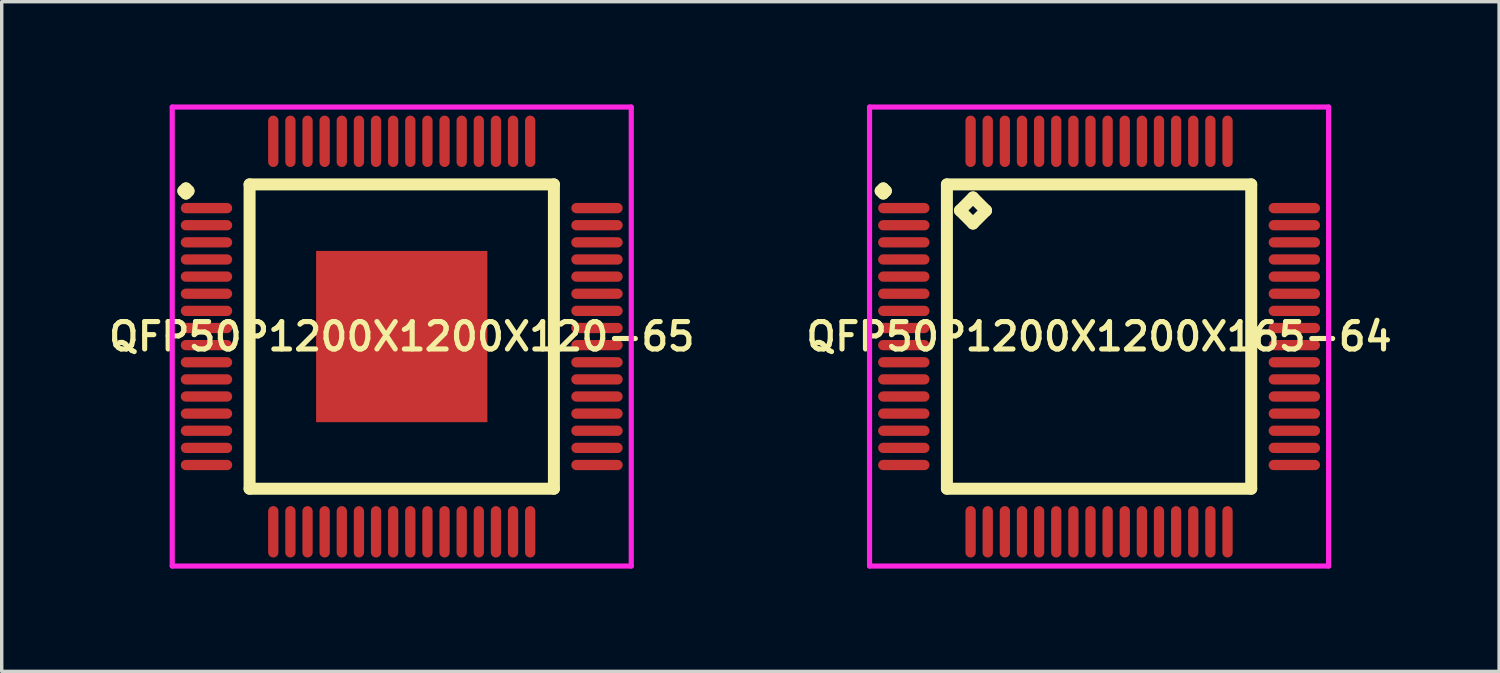
<source format=kicad_pcb>
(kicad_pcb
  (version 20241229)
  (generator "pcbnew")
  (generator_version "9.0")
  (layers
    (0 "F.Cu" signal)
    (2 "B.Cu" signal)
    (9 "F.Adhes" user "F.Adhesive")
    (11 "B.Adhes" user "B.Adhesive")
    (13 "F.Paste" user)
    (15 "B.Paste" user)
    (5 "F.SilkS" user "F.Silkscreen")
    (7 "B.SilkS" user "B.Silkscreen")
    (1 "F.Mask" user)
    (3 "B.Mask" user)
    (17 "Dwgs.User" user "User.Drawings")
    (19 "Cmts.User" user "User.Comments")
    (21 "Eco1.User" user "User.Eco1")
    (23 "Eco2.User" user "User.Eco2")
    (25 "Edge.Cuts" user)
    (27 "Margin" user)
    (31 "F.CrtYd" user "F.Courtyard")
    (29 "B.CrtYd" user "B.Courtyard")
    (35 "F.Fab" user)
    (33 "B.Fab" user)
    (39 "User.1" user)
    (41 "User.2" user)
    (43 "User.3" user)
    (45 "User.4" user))
  (footprint "QFP50P1200X1200X165-64"
    (layer "F.Cu")
    (at 29.035 6.775)
    (property "Reference" "QFP50P1200X1200X165-64" (at 0 0 0) (layer "F.SilkS") (effects (font (size 0.8 0.8) (thickness 0.15))))
    (attr smd)
    (fp_line (start -6.375 -4.25) (end -6.3 -4.325) (stroke (width 0.35) (type solid)) (layer "F.SilkS"))
    (fp_line (start -6.3 -4.325) (end -6.225 -4.25) (stroke (width 0.35) (type solid)) (layer "F.SilkS"))
    (fp_line (start -6.3 -4.175) (end -6.375 -4.25) (stroke (width 0.35) (type solid)) (layer "F.SilkS"))
    (fp_line (start -6.225 -4.25) (end -6.3 -4.175) (stroke (width 0.35) (type solid)) (layer "F.SilkS"))
    (fp_line (start -4.442 -4.442) (end -4.442 4.442) (stroke (width 0.35) (type solid)) (layer "F.SilkS"))
    (fp_line (start -4.442 4.442) (end 4.442 4.442) (stroke (width 0.35) (type solid)) (layer "F.SilkS"))
    (fp_line (start -4.061 -3.68) (end -3.68 -4.061) (stroke (width 0.35) (type solid)) (layer "F.SilkS"))
    (fp_line (start -3.68 -4.061) (end -3.299 -3.68) (stroke (width 0.35) (type solid)) (layer "F.SilkS"))
    (fp_line (start -3.68 -3.299) (end -4.061 -3.68) (stroke (width 0.35) (type solid)) (layer "F.SilkS"))
    (fp_line (start -3.299 -3.68) (end -3.68 -3.299) (stroke (width 0.35) (type solid)) (layer "F.SilkS"))
    (fp_line (start 4.442 -4.442) (end -4.442 -4.442) (stroke (width 0.35) (type solid)) (layer "F.SilkS"))
    (fp_line (start 4.442 4.442) (end 4.442 -4.442) (stroke (width 0.35) (type solid)) (layer "F.SilkS"))
    (fp_line (start -6.7 -6.7) (end 6.7 -6.7) (stroke (width 0.15) (type solid)) (layer "F.CrtYd"))
    (fp_line (start -6.7 6.7) (end -6.7 -6.7) (stroke (width 0.15) (type solid)) (layer "F.CrtYd"))
    (fp_line (start 6.7 -6.7) (end 6.7 6.7) (stroke (width 0.15) (type solid)) (layer "F.CrtYd"))
    (fp_line (start 6.7 6.7) (end -6.7 6.7) (stroke (width 0.15) (type solid)) (layer "F.CrtYd"))
    (pad "1" smd oval (at -5.7 -3.75) (size 1.5 0.3) (layers "F.Cu" "F.Mask" "F.Paste"))
    (pad "2" smd oval (at -5.7 -3.25) (size 1.5 0.3) (layers "F.Cu" "F.Mask" "F.Paste"))
    (pad "3" smd oval (at -5.7 -2.75) (size 1.5 0.3) (layers "F.Cu" "F.Mask" "F.Paste"))
    (pad "4" smd oval (at -5.7 -2.25) (size 1.5 0.3) (layers "F.Cu" "F.Mask" "F.Paste"))
    (pad "5" smd oval (at -5.7 -1.75) (size 1.5 0.3) (layers "F.Cu" "F.Mask" "F.Paste"))
    (pad "6" smd oval (at -5.7 -1.25) (size 1.5 0.3) (layers "F.Cu" "F.Mask" "F.Paste"))
    (pad "7" smd oval (at -5.7 -0.75) (size 1.5 0.3) (layers "F.Cu" "F.Mask" "F.Paste"))
    (pad "8" smd oval (at -5.7 -0.25) (size 1.5 0.3) (layers "F.Cu" "F.Mask" "F.Paste"))
    (pad "9" smd oval (at -5.7 0.25) (size 1.5 0.3) (layers "F.Cu" "F.Mask" "F.Paste"))
    (pad "10" smd oval (at -5.7 0.75) (size 1.5 0.3) (layers "F.Cu" "F.Mask" "F.Paste"))
    (pad "11" smd oval (at -5.7 1.25) (size 1.5 0.3) (layers "F.Cu" "F.Mask" "F.Paste"))
    (pad "12" smd oval (at -5.7 1.75) (size 1.5 0.3) (layers "F.Cu" "F.Mask" "F.Paste"))
    (pad "13" smd oval (at -5.7 2.25) (size 1.5 0.3) (layers "F.Cu" "F.Mask" "F.Paste"))
    (pad "14" smd oval (at -5.7 2.75) (size 1.5 0.3) (layers "F.Cu" "F.Mask" "F.Paste"))
    (pad "15" smd oval (at -5.7 3.25) (size 1.5 0.3) (layers "F.Cu" "F.Mask" "F.Paste"))
    (pad "16" smd oval (at -5.7 3.75) (size 1.5 0.3) (layers "F.Cu" "F.Mask" "F.Paste"))
    (pad "17" smd oval (at -3.75 5.7) (size 0.3 1.5) (layers "F.Cu" "F.Mask" "F.Paste"))
    (pad "18" smd oval (at -3.25 5.7) (size 0.3 1.5) (layers "F.Cu" "F.Mask" "F.Paste"))
    (pad "19" smd oval (at -2.75 5.7) (size 0.3 1.5) (layers "F.Cu" "F.Mask" "F.Paste"))
    (pad "20" smd oval (at -2.25 5.7) (size 0.3 1.5) (layers "F.Cu" "F.Mask" "F.Paste"))
    (pad "21" smd oval (at -1.75 5.7) (size 0.3 1.5) (layers "F.Cu" "F.Mask" "F.Paste"))
    (pad "22" smd oval (at -1.25 5.7) (size 0.3 1.5) (layers "F.Cu" "F.Mask" "F.Paste"))
    (pad "23" smd oval (at -0.75 5.7) (size 0.3 1.5) (layers "F.Cu" "F.Mask" "F.Paste"))
    (pad "24" smd oval (at -0.25 5.7) (size 0.3 1.5) (layers "F.Cu" "F.Mask" "F.Paste"))
    (pad "25" smd oval (at 0.25 5.7) (size 0.3 1.5) (layers "F.Cu" "F.Mask" "F.Paste"))
    (pad "26" smd oval (at 0.75 5.7) (size 0.3 1.5) (layers "F.Cu" "F.Mask" "F.Paste"))
    (pad "27" smd oval (at 1.25 5.7) (size 0.3 1.5) (layers "F.Cu" "F.Mask" "F.Paste"))
    (pad "28" smd oval (at 1.75 5.7) (size 0.3 1.5) (layers "F.Cu" "F.Mask" "F.Paste"))
    (pad "29" smd oval (at 2.25 5.7) (size 0.3 1.5) (layers "F.Cu" "F.Mask" "F.Paste"))
    (pad "30" smd oval (at 2.75 5.7) (size 0.3 1.5) (layers "F.Cu" "F.Mask" "F.Paste"))
    (pad "31" smd oval (at 3.25 5.7) (size 0.3 1.5) (layers "F.Cu" "F.Mask" "F.Paste"))
    (pad "32" smd oval (at 3.75 5.7) (size 0.3 1.5) (layers "F.Cu" "F.Mask" "F.Paste"))
    (pad "33" smd oval (at 5.7 3.75) (size 1.5 0.3) (layers "F.Cu" "F.Mask" "F.Paste"))
    (pad "34" smd oval (at 5.7 3.25) (size 1.5 0.3) (layers "F.Cu" "F.Mask" "F.Paste"))
    (pad "35" smd oval (at 5.7 2.75) (size 1.5 0.3) (layers "F.Cu" "F.Mask" "F.Paste"))
    (pad "36" smd oval (at 5.7 2.25) (size 1.5 0.3) (layers "F.Cu" "F.Mask" "F.Paste"))
    (pad "37" smd oval (at 5.7 1.75) (size 1.5 0.3) (layers "F.Cu" "F.Mask" "F.Paste"))
    (pad "38" smd oval (at 5.7 1.25) (size 1.5 0.3) (layers "F.Cu" "F.Mask" "F.Paste"))
    (pad "39" smd oval (at 5.7 0.75) (size 1.5 0.3) (layers "F.Cu" "F.Mask" "F.Paste"))
    (pad "40" smd oval (at 5.7 0.25) (size 1.5 0.3) (layers "F.Cu" "F.Mask" "F.Paste"))
    (pad "41" smd oval (at 5.7 -0.25) (size 1.5 0.3) (layers "F.Cu" "F.Mask" "F.Paste"))
    (pad "42" smd oval (at 5.7 -0.75) (size 1.5 0.3) (layers "F.Cu" "F.Mask" "F.Paste"))
    (pad "43" smd oval (at 5.7 -1.25) (size 1.5 0.3) (layers "F.Cu" "F.Mask" "F.Paste"))
    (pad "44" smd oval (at 5.7 -1.75) (size 1.5 0.3) (layers "F.Cu" "F.Mask" "F.Paste"))
    (pad "45" smd oval (at 5.7 -2.25) (size 1.5 0.3) (layers "F.Cu" "F.Mask" "F.Paste"))
    (pad "46" smd oval (at 5.7 -2.75) (size 1.5 0.3) (layers "F.Cu" "F.Mask" "F.Paste"))
    (pad "47" smd oval (at 5.7 -3.25) (size 1.5 0.3) (layers "F.Cu" "F.Mask" "F.Paste"))
    (pad "48" smd oval (at 5.7 -3.75) (size 1.5 0.3) (layers "F.Cu" "F.Mask" "F.Paste"))
    (pad "49" smd oval (at 3.75 -5.7) (size 0.3 1.5) (layers "F.Cu" "F.Mask" "F.Paste"))
    (pad "50" smd oval (at 3.25 -5.7) (size 0.3 1.5) (layers "F.Cu" "F.Mask" "F.Paste"))
    (pad "51" smd oval (at 2.75 -5.7) (size 0.3 1.5) (layers "F.Cu" "F.Mask" "F.Paste"))
    (pad "52" smd oval (at 2.25 -5.7) (size 0.3 1.5) (layers "F.Cu" "F.Mask" "F.Paste"))
    (pad "53" smd oval (at 1.75 -5.7) (size 0.3 1.5) (layers "F.Cu" "F.Mask" "F.Paste"))
    (pad "54" smd oval (at 1.25 -5.7) (size 0.3 1.5) (layers "F.Cu" "F.Mask" "F.Paste"))
    (pad "55" smd oval (at 0.75 -5.7) (size 0.3 1.5) (layers "F.Cu" "F.Mask" "F.Paste"))
    (pad "56" smd oval (at 0.25 -5.7) (size 0.3 1.5) (layers "F.Cu" "F.Mask" "F.Paste"))
    (pad "57" smd oval (at -0.25 -5.7) (size 0.3 1.5) (layers "F.Cu" "F.Mask" "F.Paste"))
    (pad "58" smd oval (at -0.75 -5.7) (size 0.3 1.5) (layers "F.Cu" "F.Mask" "F.Paste"))
    (pad "59" smd oval (at -1.25 -5.7) (size 0.3 1.5) (layers "F.Cu" "F.Mask" "F.Paste"))
    (pad "60" smd oval (at -1.75 -5.7) (size 0.3 1.5) (layers "F.Cu" "F.Mask" "F.Paste"))
    (pad "61" smd oval (at -2.25 -5.7) (size 0.3 1.5) (layers "F.Cu" "F.Mask" "F.Paste"))
    (pad "62" smd oval (at -2.75 -5.7) (size 0.3 1.5) (layers "F.Cu" "F.Mask" "F.Paste"))
    (pad "63" smd oval (at -3.25 -5.7) (size 0.3 1.5) (layers "F.Cu" "F.Mask" "F.Paste"))
    (pad "64" smd oval (at -3.75 -5.7) (size 0.3 1.5) (layers "F.Cu" "F.Mask" "F.Paste")))
  (footprint "QFP50P1200X1200X120-65"
    (layer "F.Cu")
    (at 8.678 6.775)
    (property "Reference" "QFP50P1200X1200X120-65" (at 0 0 0) (layer "F.SilkS") (effects (font (size 0.8 0.8) (thickness 0.15))))
    (attr smd)
    (fp_line (start -6.375 -4.25) (end -6.3 -4.325) (stroke (width 0.35) (type solid)) (layer "F.SilkS"))
    (fp_line (start -6.3 -4.325) (end -6.225 -4.25) (stroke (width 0.35) (type solid)) (layer "F.SilkS"))
    (fp_line (start -6.3 -4.175) (end -6.375 -4.25) (stroke (width 0.35) (type solid)) (layer "F.SilkS"))
    (fp_line (start -6.225 -4.25) (end -6.3 -4.175) (stroke (width 0.35) (type solid)) (layer "F.SilkS"))
    (fp_line (start -4.442 -4.442) (end -4.442 4.442) (stroke (width 0.35) (type solid)) (layer "F.SilkS"))
    (fp_line (start -4.442 4.442) (end 4.442 4.442) (stroke (width 0.35) (type solid)) (layer "F.SilkS"))
    (fp_line (start 4.442 -4.442) (end -4.442 -4.442) (stroke (width 0.35) (type solid)) (layer "F.SilkS"))
    (fp_line (start 4.442 4.442) (end 4.442 -4.442) (stroke (width 0.35) (type solid)) (layer "F.SilkS"))
    (fp_line (start -6.7 -6.7) (end 6.7 -6.7) (stroke (width 0.15) (type solid)) (layer "F.CrtYd"))
    (fp_line (start -6.7 6.7) (end -6.7 -6.7) (stroke (width 0.15) (type solid)) (layer "F.CrtYd"))
    (fp_line (start 6.7 -6.7) (end 6.7 6.7) (stroke (width 0.15) (type solid)) (layer "F.CrtYd"))
    (fp_line (start 6.7 6.7) (end -6.7 6.7) (stroke (width 0.15) (type solid)) (layer "F.CrtYd"))
    (pad "1" smd oval (at -5.7 -3.75) (size 1.5 0.3) (layers "F.Cu" "F.Mask" "F.Paste"))
    (pad "2" smd oval (at -5.7 -3.25) (size 1.5 0.3) (layers "F.Cu" "F.Mask" "F.Paste"))
    (pad "3" smd oval (at -5.7 -2.75) (size 1.5 0.3) (layers "F.Cu" "F.Mask" "F.Paste"))
    (pad "4" smd oval (at -5.7 -2.25) (size 1.5 0.3) (layers "F.Cu" "F.Mask" "F.Paste"))
    (pad "5" smd oval (at -5.7 -1.75) (size 1.5 0.3) (layers "F.Cu" "F.Mask" "F.Paste"))
    (pad "6" smd oval (at -5.7 -1.25) (size 1.5 0.3) (layers "F.Cu" "F.Mask" "F.Paste"))
    (pad "7" smd oval (at -5.7 -0.75) (size 1.5 0.3) (layers "F.Cu" "F.Mask" "F.Paste"))
    (pad "8" smd oval (at -5.7 -0.25) (size 1.5 0.3) (layers "F.Cu" "F.Mask" "F.Paste"))
    (pad "9" smd oval (at -5.7 0.25) (size 1.5 0.3) (layers "F.Cu" "F.Mask" "F.Paste"))
    (pad "10" smd oval (at -5.7 0.75) (size 1.5 0.3) (layers "F.Cu" "F.Mask" "F.Paste"))
    (pad "11" smd oval (at -5.7 1.25) (size 1.5 0.3) (layers "F.Cu" "F.Mask" "F.Paste"))
    (pad "12" smd oval (at -5.7 1.75) (size 1.5 0.3) (layers "F.Cu" "F.Mask" "F.Paste"))
    (pad "13" smd oval (at -5.7 2.25) (size 1.5 0.3) (layers "F.Cu" "F.Mask" "F.Paste"))
    (pad "14" smd oval (at -5.7 2.75) (size 1.5 0.3) (layers "F.Cu" "F.Mask" "F.Paste"))
    (pad "15" smd oval (at -5.7 3.25) (size 1.5 0.3) (layers "F.Cu" "F.Mask" "F.Paste"))
    (pad "16" smd oval (at -5.7 3.75) (size 1.5 0.3) (layers "F.Cu" "F.Mask" "F.Paste"))
    (pad "17" smd oval (at -3.75 5.7) (size 0.3 1.5) (layers "F.Cu" "F.Mask" "F.Paste"))
    (pad "18" smd oval (at -3.25 5.7) (size 0.3 1.5) (layers "F.Cu" "F.Mask" "F.Paste"))
    (pad "19" smd oval (at -2.75 5.7) (size 0.3 1.5) (layers "F.Cu" "F.Mask" "F.Paste"))
    (pad "20" smd oval (at -2.25 5.7) (size 0.3 1.5) (layers "F.Cu" "F.Mask" "F.Paste"))
    (pad "21" smd oval (at -1.75 5.7) (size 0.3 1.5) (layers "F.Cu" "F.Mask" "F.Paste"))
    (pad "22" smd oval (at -1.25 5.7) (size 0.3 1.5) (layers "F.Cu" "F.Mask" "F.Paste"))
    (pad "23" smd oval (at -0.75 5.7) (size 0.3 1.5) (layers "F.Cu" "F.Mask" "F.Paste"))
    (pad "24" smd oval (at -0.25 5.7) (size 0.3 1.5) (layers "F.Cu" "F.Mask" "F.Paste"))
    (pad "25" smd oval (at 0.25 5.7) (size 0.3 1.5) (layers "F.Cu" "F.Mask" "F.Paste"))
    (pad "26" smd oval (at 0.75 5.7) (size 0.3 1.5) (layers "F.Cu" "F.Mask" "F.Paste"))
    (pad "27" smd oval (at 1.25 5.7) (size 0.3 1.5) (layers "F.Cu" "F.Mask" "F.Paste"))
    (pad "28" smd oval (at 1.75 5.7) (size 0.3 1.5) (layers "F.Cu" "F.Mask" "F.Paste"))
    (pad "29" smd oval (at 2.25 5.7) (size 0.3 1.5) (layers "F.Cu" "F.Mask" "F.Paste"))
    (pad "30" smd oval (at 2.75 5.7) (size 0.3 1.5) (layers "F.Cu" "F.Mask" "F.Paste"))
    (pad "31" smd oval (at 3.25 5.7) (size 0.3 1.5) (layers "F.Cu" "F.Mask" "F.Paste"))
    (pad "32" smd oval (at 3.75 5.7) (size 0.3 1.5) (layers "F.Cu" "F.Mask" "F.Paste"))
    (pad "33" smd oval (at 5.7 3.75) (size 1.5 0.3) (layers "F.Cu" "F.Mask" "F.Paste"))
    (pad "34" smd oval (at 5.7 3.25) (size 1.5 0.3) (layers "F.Cu" "F.Mask" "F.Paste"))
    (pad "35" smd oval (at 5.7 2.75) (size 1.5 0.3) (layers "F.Cu" "F.Mask" "F.Paste"))
    (pad "36" smd oval (at 5.7 2.25) (size 1.5 0.3) (layers "F.Cu" "F.Mask" "F.Paste"))
    (pad "37" smd oval (at 5.7 1.75) (size 1.5 0.3) (layers "F.Cu" "F.Mask" "F.Paste"))
    (pad "38" smd oval (at 5.7 1.25) (size 1.5 0.3) (layers "F.Cu" "F.Mask" "F.Paste"))
    (pad "39" smd oval (at 5.7 0.75) (size 1.5 0.3) (layers "F.Cu" "F.Mask" "F.Paste"))
    (pad "40" smd oval (at 5.7 0.25) (size 1.5 0.3) (layers "F.Cu" "F.Mask" "F.Paste"))
    (pad "41" smd oval (at 5.7 -0.25) (size 1.5 0.3) (layers "F.Cu" "F.Mask" "F.Paste"))
    (pad "42" smd oval (at 5.7 -0.75) (size 1.5 0.3) (layers "F.Cu" "F.Mask" "F.Paste"))
    (pad "43" smd oval (at 5.7 -1.25) (size 1.5 0.3) (layers "F.Cu" "F.Mask" "F.Paste"))
    (pad "44" smd oval (at 5.7 -1.75) (size 1.5 0.3) (layers "F.Cu" "F.Mask" "F.Paste"))
    (pad "45" smd oval (at 5.7 -2.25) (size 1.5 0.3) (layers "F.Cu" "F.Mask" "F.Paste"))
    (pad "46" smd oval (at 5.7 -2.75) (size 1.5 0.3) (layers "F.Cu" "F.Mask" "F.Paste"))
    (pad "47" smd oval (at 5.7 -3.25) (size 1.5 0.3) (layers "F.Cu" "F.Mask" "F.Paste"))
    (pad "48" smd oval (at 5.7 -3.75) (size 1.5 0.3) (layers "F.Cu" "F.Mask" "F.Paste"))
    (pad "49" smd oval (at 3.75 -5.7) (size 0.3 1.5) (layers "F.Cu" "F.Mask" "F.Paste"))
    (pad "50" smd oval (at 3.25 -5.7) (size 0.3 1.5) (layers "F.Cu" "F.Mask" "F.Paste"))
    (pad "51" smd oval (at 2.75 -5.7) (size 0.3 1.5) (layers "F.Cu" "F.Mask" "F.Paste"))
    (pad "52" smd oval (at 2.25 -5.7) (size 0.3 1.5) (layers "F.Cu" "F.Mask" "F.Paste"))
    (pad "53" smd oval (at 1.75 -5.7) (size 0.3 1.5) (layers "F.Cu" "F.Mask" "F.Paste"))
    (pad "54" smd oval (at 1.25 -5.7) (size 0.3 1.5) (layers "F.Cu" "F.Mask" "F.Paste"))
    (pad "55" smd oval (at 0.75 -5.7) (size 0.3 1.5) (layers "F.Cu" "F.Mask" "F.Paste"))
    (pad "56" smd oval (at 0.25 -5.7) (size 0.3 1.5) (layers "F.Cu" "F.Mask" "F.Paste"))
    (pad "57" smd oval (at -0.25 -5.7) (size 0.3 1.5) (layers "F.Cu" "F.Mask" "F.Paste"))
    (pad "58" smd oval (at -0.75 -5.7) (size 0.3 1.5) (layers "F.Cu" "F.Mask" "F.Paste"))
    (pad "59" smd oval (at -1.25 -5.7) (size 0.3 1.5) (layers "F.Cu" "F.Mask" "F.Paste"))
    (pad "60" smd oval (at -1.75 -5.7) (size 0.3 1.5) (layers "F.Cu" "F.Mask" "F.Paste"))
    (pad "61" smd oval (at -2.25 -5.7) (size 0.3 1.5) (layers "F.Cu" "F.Mask" "F.Paste"))
    (pad "62" smd oval (at -2.75 -5.7) (size 0.3 1.5) (layers "F.Cu" "F.Mask" "F.Paste"))
    (pad "63" smd oval (at -3.25 -5.7) (size 0.3 1.5) (layers "F.Cu" "F.Mask" "F.Paste"))
    (pad "64" smd oval (at -3.75 -5.7) (size 0.3 1.5) (layers "F.Cu" "F.Mask" "F.Paste"))
    (pad "65" smd rect (at 0 0) (size 5 5) (layers "F.Cu" "F.Mask" "F.Paste")))
  (gr_rect
    (start -3 -3)
    (end 40.713 16.55)
    (stroke (width 0.1) (type default))
    (fill no)
    (layer "Edge.Cuts")))
</source>
